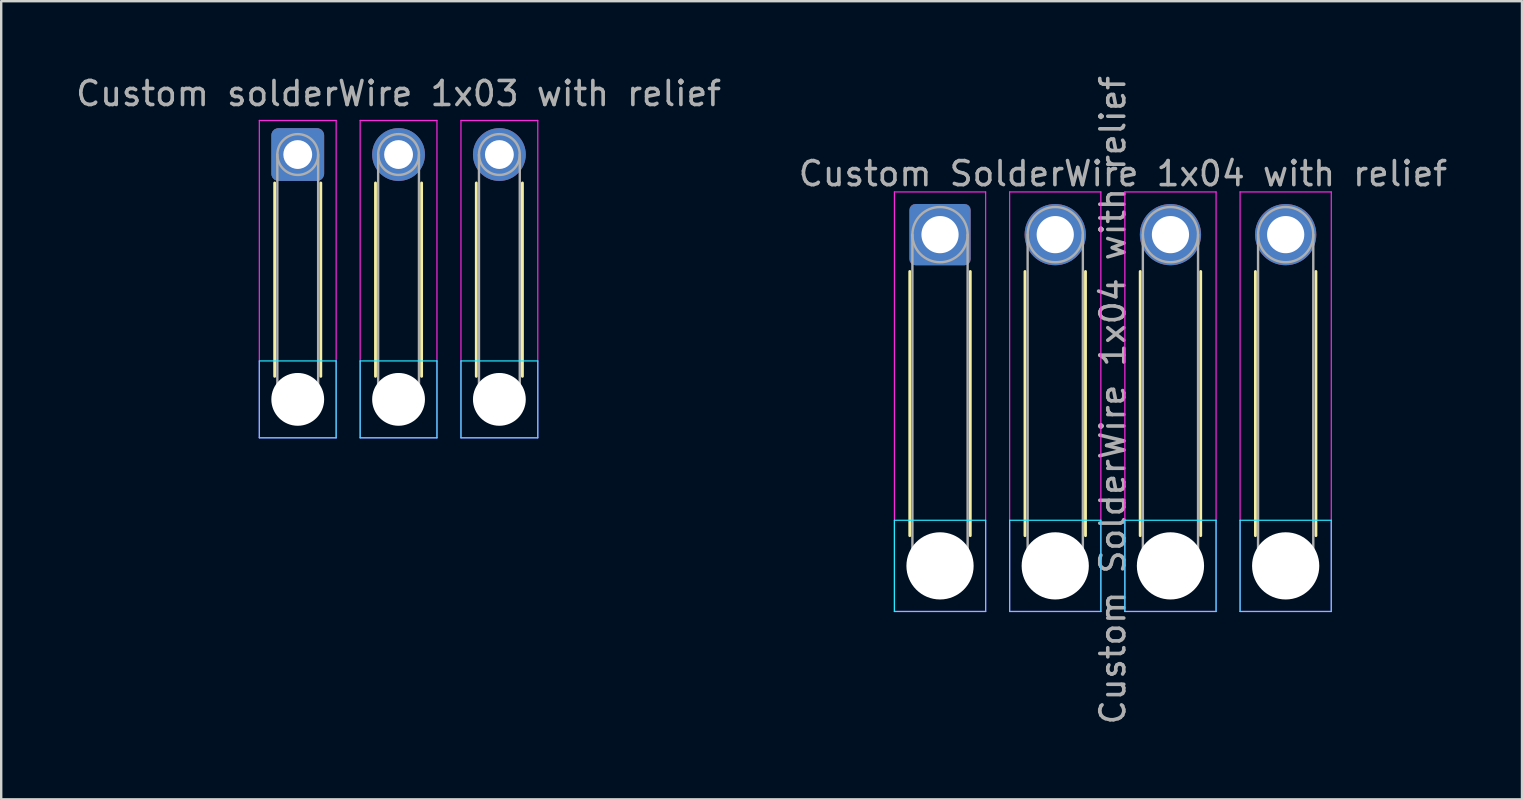
<source format=kicad_pcb>
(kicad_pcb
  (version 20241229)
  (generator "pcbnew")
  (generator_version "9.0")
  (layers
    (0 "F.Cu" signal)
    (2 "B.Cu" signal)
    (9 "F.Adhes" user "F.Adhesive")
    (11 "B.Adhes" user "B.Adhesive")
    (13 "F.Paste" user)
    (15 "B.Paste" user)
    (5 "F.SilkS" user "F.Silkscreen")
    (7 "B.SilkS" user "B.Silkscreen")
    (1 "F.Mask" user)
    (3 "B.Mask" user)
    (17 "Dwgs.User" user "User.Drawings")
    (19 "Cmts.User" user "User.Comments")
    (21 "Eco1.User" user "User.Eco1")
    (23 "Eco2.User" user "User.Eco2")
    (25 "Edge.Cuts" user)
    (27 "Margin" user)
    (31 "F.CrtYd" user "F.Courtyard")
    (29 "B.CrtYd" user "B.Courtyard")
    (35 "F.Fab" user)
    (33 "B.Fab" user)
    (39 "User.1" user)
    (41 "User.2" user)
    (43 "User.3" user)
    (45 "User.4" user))
  (footprint "Custom solderWire 1x03 with relief"
    (layer "F.Cu")
    (at 9.354 3.388)
    (property "Reference" "Custom solderWire 1x03 with relief" (at 4.2 -2.54 0) (unlocked yes) (layer "F.Fab") (effects (font (size 1 1) (thickness 0.15))))
    (attr through_hole)
    (fp_line (start -0.96 1.185) (end -0.96 9.24) (stroke (width 0.12) (type solid)) (layer "F.SilkS"))
    (fp_line (start 0.96 1.185) (end 0.96 9.24) (stroke (width 0.12) (type solid)) (layer "F.SilkS"))
    (fp_line (start 3.24 1.185) (end 3.24 9.24) (stroke (width 0.12) (type solid)) (layer "F.SilkS"))
    (fp_line (start 5.16 1.185) (end 5.16 9.24) (stroke (width 0.12) (type solid)) (layer "F.SilkS"))
    (fp_line (start 7.44 1.185) (end 7.44 9.24) (stroke (width 0.12) (type solid)) (layer "F.SilkS"))
    (fp_line (start 9.36 1.185) (end 9.36 9.24) (stroke (width 0.12) (type solid)) (layer "F.SilkS"))
    (fp_line (start -1.6 8.6) (end -1.6 11.8) (stroke (width 0.05) (type solid)) (layer "B.CrtYd"))
    (fp_line (start -1.6 11.8) (end 1.6 11.8) (stroke (width 0.05) (type solid)) (layer "B.CrtYd"))
    (fp_line (start 1.6 8.6) (end -1.6 8.6) (stroke (width 0.05) (type solid)) (layer "B.CrtYd"))
    (fp_line (start 1.6 11.8) (end 1.6 8.6) (stroke (width 0.05) (type solid)) (layer "B.CrtYd"))
    (fp_line (start 2.6 8.6) (end 2.6 11.8) (stroke (width 0.05) (type solid)) (layer "B.CrtYd"))
    (fp_line (start 2.6 11.8) (end 5.8 11.8) (stroke (width 0.05) (type solid)) (layer "B.CrtYd"))
    (fp_line (start 5.8 8.6) (end 2.6 8.6) (stroke (width 0.05) (type solid)) (layer "B.CrtYd"))
    (fp_line (start 5.8 11.8) (end 5.8 8.6) (stroke (width 0.05) (type solid)) (layer "B.CrtYd"))
    (fp_line (start 6.8 8.6) (end 6.8 11.8) (stroke (width 0.05) (type solid)) (layer "B.CrtYd"))
    (fp_line (start 6.8 11.8) (end 10 11.8) (stroke (width 0.05) (type solid)) (layer "B.CrtYd"))
    (fp_line (start 10 8.6) (end 6.8 8.6) (stroke (width 0.05) (type solid)) (layer "B.CrtYd"))
    (fp_line (start 10 11.8) (end 10 8.6) (stroke (width 0.05) (type solid)) (layer "B.CrtYd"))
    (fp_line (start -1.6 -1.42) (end -1.6 11.8) (stroke (width 0.05) (type solid)) (layer "F.CrtYd"))
    (fp_line (start -1.6 11.8) (end 1.6 11.8) (stroke (width 0.05) (type solid)) (layer "F.CrtYd"))
    (fp_line (start 1.6 -1.42) (end -1.6 -1.42) (stroke (width 0.05) (type solid)) (layer "F.CrtYd"))
    (fp_line (start 1.6 11.8) (end 1.6 -1.42) (stroke (width 0.05) (type solid)) (layer "F.CrtYd"))
    (fp_line (start 2.6 -1.42) (end 2.6 11.8) (stroke (width 0.05) (type solid)) (layer "F.CrtYd"))
    (fp_line (start 2.6 11.8) (end 5.8 11.8) (stroke (width 0.05) (type solid)) (layer "F.CrtYd"))
    (fp_line (start 5.8 -1.42) (end 2.6 -1.42) (stroke (width 0.05) (type solid)) (layer "F.CrtYd"))
    (fp_line (start 5.8 11.8) (end 5.8 -1.42) (stroke (width 0.05) (type solid)) (layer "F.CrtYd"))
    (fp_line (start 6.8 -1.42) (end 6.8 11.8) (stroke (width 0.05) (type solid)) (layer "F.CrtYd"))
    (fp_line (start 6.8 11.8) (end 10 11.8) (stroke (width 0.05) (type solid)) (layer "F.CrtYd"))
    (fp_line (start 10 -1.42) (end 6.8 -1.42) (stroke (width 0.05) (type solid)) (layer "F.CrtYd"))
    (fp_line (start 10 11.8) (end 10 -1.42) (stroke (width 0.05) (type solid)) (layer "F.CrtYd"))
    (fp_line (start -0.85 0) (end -0.85 10.2) (stroke (width 0.1) (type solid)) (layer "F.Fab"))
    (fp_line (start 0.85 0) (end 0.85 10.2) (stroke (width 0.1) (type solid)) (layer "F.Fab"))
    (fp_line (start 3.35 0) (end 3.35 10.2) (stroke (width 0.1) (type solid)) (layer "F.Fab"))
    (fp_line (start 5.05 0) (end 5.05 10.2) (stroke (width 0.1) (type solid)) (layer "F.Fab"))
    (fp_line (start 7.55 0) (end 7.55 10.2) (stroke (width 0.1) (type solid)) (layer "F.Fab"))
    (fp_line (start 9.25 0) (end 9.25 10.2) (stroke (width 0.1) (type solid)) (layer "F.Fab"))
    (fp_circle (center 0 0) (end 0.85 0) (stroke (width 0.1) (type solid)) (fill no) (layer "F.Fab"))
    (fp_circle (center 0 10.2) (end 0.85 10.2) (stroke (width 0.1) (type solid)) (fill no) (layer "F.Fab"))
    (fp_circle (center 4.2 0) (end 5.05 0) (stroke (width 0.1) (type solid)) (fill no) (layer "F.Fab"))
    (fp_circle (center 4.2 10.2) (end 5.05 10.2) (stroke (width 0.1) (type solid)) (fill no) (layer "F.Fab"))
    (fp_circle (center 8.4 0) (end 9.25 0) (stroke (width 0.1) (type solid)) (fill no) (layer "F.Fab"))
    (fp_circle (center 8.4 10.2) (end 9.25 10.2) (stroke (width 0.1) (type solid)) (fill no) (layer "F.Fab"))
    (pad "" np_thru_hole circle (at 0 10.2) (size 2.2 2.2) (drill 2.2) (layers "*.Cu" "*.Mask"))
    (pad "" np_thru_hole circle (at 4.2 10.2) (size 2.2 2.2) (drill 2.2) (layers "*.Cu" "*.Mask"))
    (pad "" np_thru_hole circle (at 8.4 10.2) (size 2.2 2.2) (drill 2.2) (layers "*.Cu" "*.Mask"))
    (pad "1" thru_hole roundrect (at 0 0) (size 2.2 2.2) (drill 1.2) (layers "*.Cu" "*.Mask") (roundrect_rratio 0.135))
    (pad "2" thru_hole circle (at 4.2 0) (size 2.2 2.2) (drill 1.2) (layers "*.Cu" "*.Mask"))
    (pad "3" thru_hole circle (at 8.4 0) (size 2.2 2.2) (drill 1.2) (layers "*.Cu" "*.Mask")))
  (footprint "Custom SolderWire 1x04 with relief"
    (layer "F.Cu")
    (at 36.112 6.725)
    (property "Reference" "Custom SolderWire 1x04 with relief" (at 7.62 -2.54 0) (unlocked yes) (layer "F.Fab") (effects (font (size 1 1) (thickness 0.15))))
    (attr through_hole)
    (fp_line (start -1.26 1.535) (end -1.26 12.54) (stroke (width 0.12) (type solid)) (layer "F.SilkS"))
    (fp_line (start 1.26 1.535) (end 1.26 12.54) (stroke (width 0.12) (type solid)) (layer "F.SilkS"))
    (fp_line (start 3.54 1.535) (end 3.54 12.54) (stroke (width 0.12) (type solid)) (layer "F.SilkS"))
    (fp_line (start 6.06 1.535) (end 6.06 12.54) (stroke (width 0.12) (type solid)) (layer "F.SilkS"))
    (fp_line (start 8.34 1.535) (end 8.34 12.54) (stroke (width 0.12) (type solid)) (layer "F.SilkS"))
    (fp_line (start 10.86 1.535) (end 10.86 12.54) (stroke (width 0.12) (type solid)) (layer "F.SilkS"))
    (fp_line (start 13.14 1.535) (end 13.14 12.54) (stroke (width 0.12) (type solid)) (layer "F.SilkS"))
    (fp_line (start 15.66 1.535) (end 15.66 12.54) (stroke (width 0.12) (type solid)) (layer "F.SilkS"))
    (fp_line (start -1.9 11.9) (end -1.9 15.7) (stroke (width 0.05) (type solid)) (layer "B.CrtYd"))
    (fp_line (start -1.9 15.7) (end 1.9 15.7) (stroke (width 0.05) (type solid)) (layer "B.CrtYd"))
    (fp_line (start 1.9 11.9) (end -1.9 11.9) (stroke (width 0.05) (type solid)) (layer "B.CrtYd"))
    (fp_line (start 1.9 15.7) (end 1.9 11.9) (stroke (width 0.05) (type solid)) (layer "B.CrtYd"))
    (fp_line (start 2.9 11.9) (end 2.9 15.7) (stroke (width 0.05) (type solid)) (layer "B.CrtYd"))
    (fp_line (start 2.9 15.7) (end 6.7 15.7) (stroke (width 0.05) (type solid)) (layer "B.CrtYd"))
    (fp_line (start 6.7 11.9) (end 2.9 11.9) (stroke (width 0.05) (type solid)) (layer "B.CrtYd"))
    (fp_line (start 6.7 15.7) (end 6.7 11.9) (stroke (width 0.05) (type solid)) (layer "B.CrtYd"))
    (fp_line (start 7.7 11.9) (end 7.7 15.7) (stroke (width 0.05) (type solid)) (layer "B.CrtYd"))
    (fp_line (start 7.7 15.7) (end 11.5 15.7) (stroke (width 0.05) (type solid)) (layer "B.CrtYd"))
    (fp_line (start 11.5 11.9) (end 7.7 11.9) (stroke (width 0.05) (type solid)) (layer "B.CrtYd"))
    (fp_line (start 11.5 15.7) (end 11.5 11.9) (stroke (width 0.05) (type solid)) (layer "B.CrtYd"))
    (fp_line (start 12.5 11.9) (end 12.5 15.7) (stroke (width 0.05) (type solid)) (layer "B.CrtYd"))
    (fp_line (start 12.5 15.7) (end 16.3 15.7) (stroke (width 0.05) (type solid)) (layer "B.CrtYd"))
    (fp_line (start 16.3 11.9) (end 12.5 11.9) (stroke (width 0.05) (type solid)) (layer "B.CrtYd"))
    (fp_line (start 16.3 15.7) (end 16.3 11.9) (stroke (width 0.05) (type solid)) (layer "B.CrtYd"))
    (fp_line (start -1.9 -1.78) (end -1.9 15.7) (stroke (width 0.05) (type solid)) (layer "F.CrtYd"))
    (fp_line (start -1.9 15.7) (end 1.9 15.7) (stroke (width 0.05) (type solid)) (layer "F.CrtYd"))
    (fp_line (start 1.9 -1.78) (end -1.9 -1.78) (stroke (width 0.05) (type solid)) (layer "F.CrtYd"))
    (fp_line (start 1.9 15.7) (end 1.9 -1.78) (stroke (width 0.05) (type solid)) (layer "F.CrtYd"))
    (fp_line (start 2.9 -1.78) (end 2.9 15.7) (stroke (width 0.05) (type solid)) (layer "F.CrtYd"))
    (fp_line (start 2.9 15.7) (end 6.7 15.7) (stroke (width 0.05) (type solid)) (layer "F.CrtYd"))
    (fp_line (start 6.7 -1.78) (end 2.9 -1.78) (stroke (width 0.05) (type solid)) (layer "F.CrtYd"))
    (fp_line (start 6.7 15.7) (end 6.7 -1.78) (stroke (width 0.05) (type solid)) (layer "F.CrtYd"))
    (fp_line (start 7.7 -1.78) (end 7.7 15.7) (stroke (width 0.05) (type solid)) (layer "F.CrtYd"))
    (fp_line (start 7.7 15.7) (end 11.5 15.7) (stroke (width 0.05) (type solid)) (layer "F.CrtYd"))
    (fp_line (start 11.5 -1.78) (end 7.7 -1.78) (stroke (width 0.05) (type solid)) (layer "F.CrtYd"))
    (fp_line (start 11.5 15.7) (end 11.5 -1.78) (stroke (width 0.05) (type solid)) (layer "F.CrtYd"))
    (fp_line (start 12.5 -1.78) (end 12.5 15.7) (stroke (width 0.05) (type solid)) (layer "F.CrtYd"))
    (fp_line (start 12.5 15.7) (end 16.3 15.7) (stroke (width 0.05) (type solid)) (layer "F.CrtYd"))
    (fp_line (start 16.3 -1.78) (end 12.5 -1.78) (stroke (width 0.05) (type solid)) (layer "F.CrtYd"))
    (fp_line (start 16.3 15.7) (end 16.3 -1.78) (stroke (width 0.05) (type solid)) (layer "F.CrtYd"))
    (fp_line (start -1.15 0) (end -1.15 13.8) (stroke (width 0.1) (type solid)) (layer "F.Fab"))
    (fp_line (start 1.15 0) (end 1.15 13.8) (stroke (width 0.1) (type solid)) (layer "F.Fab"))
    (fp_line (start 3.65 0) (end 3.65 13.8) (stroke (width 0.1) (type solid)) (layer "F.Fab"))
    (fp_line (start 5.95 0) (end 5.95 13.8) (stroke (width 0.1) (type solid)) (layer "F.Fab"))
    (fp_line (start 8.45 0) (end 8.45 13.8) (stroke (width 0.1) (type solid)) (layer "F.Fab"))
    (fp_line (start 10.75 0) (end 10.75 13.8) (stroke (width 0.1) (type solid)) (layer "F.Fab"))
    (fp_line (start 13.25 0) (end 13.25 13.8) (stroke (width 0.1) (type solid)) (layer "F.Fab"))
    (fp_line (start 15.55 0) (end 15.55 13.8) (stroke (width 0.1) (type solid)) (layer "F.Fab"))
    (fp_circle (center 0 0) (end 1.15 0) (stroke (width 0.1) (type solid)) (fill no) (layer "F.Fab"))
    (fp_circle (center 0 13.8) (end 1.15 13.8) (stroke (width 0.1) (type solid)) (fill no) (layer "F.Fab"))
    (fp_circle (center 4.8 0) (end 5.95 0) (stroke (width 0.1) (type solid)) (fill no) (layer "F.Fab"))
    (fp_circle (center 4.8 13.8) (end 5.95 13.8) (stroke (width 0.1) (type solid)) (fill no) (layer "F.Fab"))
    (fp_circle (center 9.6 0) (end 10.75 0) (stroke (width 0.1) (type solid)) (fill no) (layer "F.Fab"))
    (fp_circle (center 9.6 13.8) (end 10.75 13.8) (stroke (width 0.1) (type solid)) (fill no) (layer "F.Fab"))
    (fp_circle (center 14.4 0) (end 15.55 0) (stroke (width 0.1) (type solid)) (fill no) (layer "F.Fab"))
    (fp_circle (center 14.4 13.8) (end 15.55 13.8) (stroke (width 0.1) (type solid)) (fill no) (layer "F.Fab"))
    (fp_text user "${REFERENCE}" (at 7.2 6.9 90) (layer "F.Fab") (effects (font (size 1 1) (thickness 0.15))))
    (pad "" np_thru_hole circle (at 0 13.8) (size 2.8 2.8) (drill 2.8) (layers "*.Cu" "*.Mask"))
    (pad "" np_thru_hole circle (at 4.8 13.8) (size 2.8 2.8) (drill 2.8) (layers "*.Cu" "*.Mask"))
    (pad "" np_thru_hole circle (at 9.6 13.8) (size 2.8 2.8) (drill 2.8) (layers "*.Cu" "*.Mask"))
    (pad "" np_thru_hole circle (at 14.4 13.8) (size 2.8 2.8) (drill 2.8) (layers "*.Cu" "*.Mask"))
    (pad "1" thru_hole roundrect (at 0 0) (size 2.55 2.55) (drill 1.55) (layers "*.Cu" "*.Mask") (roundrect_rratio 0.098))
    (pad "2" thru_hole circle (at 4.8 0) (size 2.55 2.55) (drill 1.55) (layers "*.Cu" "*.Mask"))
    (pad "3" thru_hole circle (at 9.6 0) (size 2.55 2.55) (drill 1.55) (layers "*.Cu" "*.Mask"))
    (pad "4" thru_hole circle (at 14.4 0) (size 2.55 2.55) (drill 1.55) (layers "*.Cu" "*.Mask")))
  (gr_rect
    (start -3 -3)
    (end 60.357 30.25)
    (stroke (width 0.1) (type default))
    (fill no)
    (layer "Edge.Cuts")))
</source>
